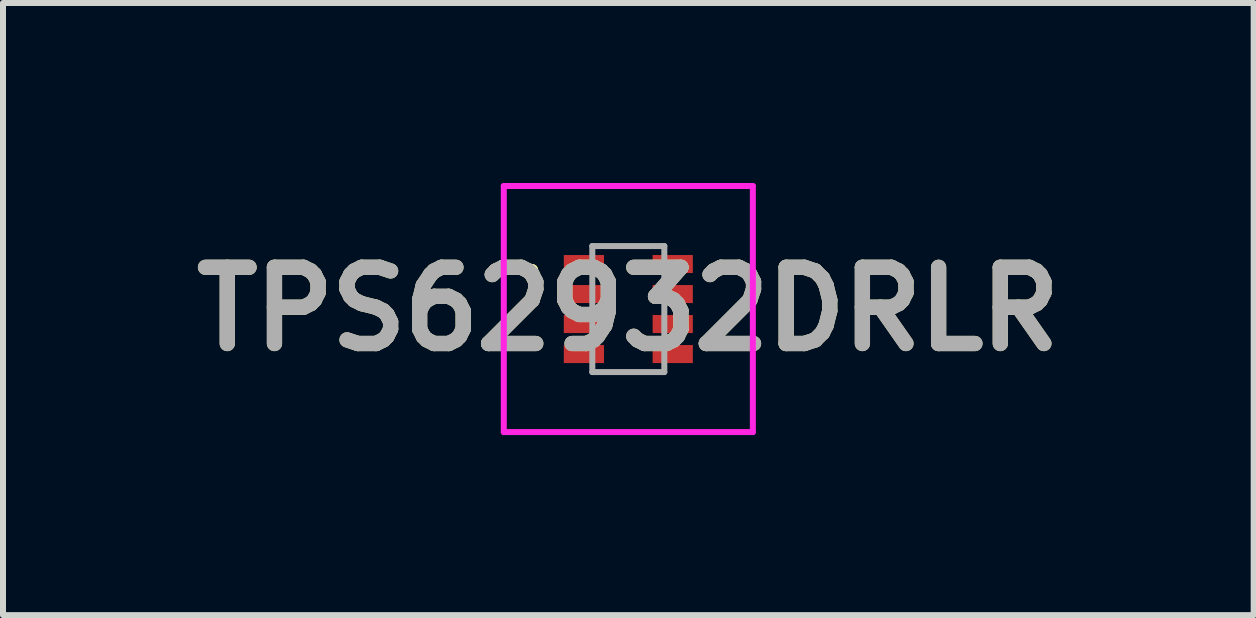
<source format=kicad_pcb>
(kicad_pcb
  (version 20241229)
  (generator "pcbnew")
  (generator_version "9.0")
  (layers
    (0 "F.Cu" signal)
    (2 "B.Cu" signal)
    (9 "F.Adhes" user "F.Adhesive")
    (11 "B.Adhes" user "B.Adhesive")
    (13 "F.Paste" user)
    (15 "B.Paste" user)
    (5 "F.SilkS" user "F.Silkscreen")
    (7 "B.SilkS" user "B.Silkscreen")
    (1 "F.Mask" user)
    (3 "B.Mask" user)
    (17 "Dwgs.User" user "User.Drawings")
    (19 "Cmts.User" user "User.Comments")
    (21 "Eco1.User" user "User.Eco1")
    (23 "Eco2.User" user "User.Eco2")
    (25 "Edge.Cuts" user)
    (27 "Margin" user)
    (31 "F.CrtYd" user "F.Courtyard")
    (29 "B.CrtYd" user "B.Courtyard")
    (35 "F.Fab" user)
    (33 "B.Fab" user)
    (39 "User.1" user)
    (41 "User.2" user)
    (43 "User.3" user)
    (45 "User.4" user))
  (footprint "TPS62932DRLR"
    (layer "F.Cu")
    (at 7.42 2.1)
    (property "Reference" "TPS62932DRLR" (at 0 0 0) (layer "F.SilkS") (effects (font (size 1.27 1.27) (thickness 0.254))))
    (attr smd)
    (fp_line (start -1.6 -0.7) (end -1.6 -0.7) (stroke (width 0.1) (type solid)) (layer "F.SilkS"))
    (fp_line (start -1.6 -0.6) (end -1.6 -0.6) (stroke (width 0.1) (type solid)) (layer "F.SilkS"))
    (fp_arc (start -1.6 -0.7) (mid -1.55 -0.65) (end -1.6 -0.6) (stroke (width 0.1) (type solid)) (layer "F.SilkS"))
    (fp_arc (start -1.6 -0.6) (mid -1.65 -0.65) (end -1.6 -0.7) (stroke (width 0.1) (type solid)) (layer "F.SilkS"))
    (fp_line (start -2.075 -2.05) (end 2.075 -2.05) (stroke (width 0.1) (type solid)) (layer "F.CrtYd"))
    (fp_line (start -2.075 2.05) (end -2.075 -2.05) (stroke (width 0.1) (type solid)) (layer "F.CrtYd"))
    (fp_line (start 2.075 -2.05) (end 2.075 2.05) (stroke (width 0.1) (type solid)) (layer "F.CrtYd"))
    (fp_line (start 2.075 2.05) (end -2.075 2.05) (stroke (width 0.1) (type solid)) (layer "F.CrtYd"))
    (fp_line (start -0.6 -1.05) (end 0.6 -1.05) (stroke (width 0.1) (type solid)) (layer "F.Fab"))
    (fp_line (start -0.6 1.05) (end -0.6 -1.05) (stroke (width 0.1) (type solid)) (layer "F.Fab"))
    (fp_line (start 0.6 -1.05) (end 0.6 1.05) (stroke (width 0.1) (type solid)) (layer "F.Fab"))
    (fp_line (start 0.6 1.05) (end -0.6 1.05) (stroke (width 0.1) (type solid)) (layer "F.Fab"))
    (fp_text user "${REFERENCE}" (at 0 0 0) (layer "F.Fab") (effects (font (size 1.27 1.27) (thickness 0.254))))
    (pad "1" smd rect (at -0.74 -0.75 90) (size 0.3 0.67) (layers "F.Cu" "F.Mask" "F.Paste"))
    (pad "2" smd rect (at -0.74 -0.25 90) (size 0.3 0.67) (layers "F.Cu" "F.Mask" "F.Paste"))
    (pad "3" smd rect (at -0.74 0.25 90) (size 0.3 0.67) (layers "F.Cu" "F.Mask" "F.Paste"))
    (pad "4" smd rect (at -0.74 0.75 90) (size 0.3 0.67) (layers "F.Cu" "F.Mask" "F.Paste"))
    (pad "5" smd rect (at 0.74 0.75 90) (size 0.3 0.67) (layers "F.Cu" "F.Mask" "F.Paste"))
    (pad "6" smd rect (at 0.74 0.25 90) (size 0.3 0.67) (layers "F.Cu" "F.Mask" "F.Paste"))
    (pad "7" smd rect (at 0.74 -0.25 90) (size 0.3 0.67) (layers "F.Cu" "F.Mask" "F.Paste"))
    (pad "8" smd rect (at 0.74 -0.75 90) (size 0.3 0.67) (layers "F.Cu" "F.Mask" "F.Paste")))
  (gr_rect
    (start -3 -3)
    (end 17.841 7.2)
    (stroke (width 0.1) (type default))
    (fill no)
    (layer "Edge.Cuts")))
</source>
